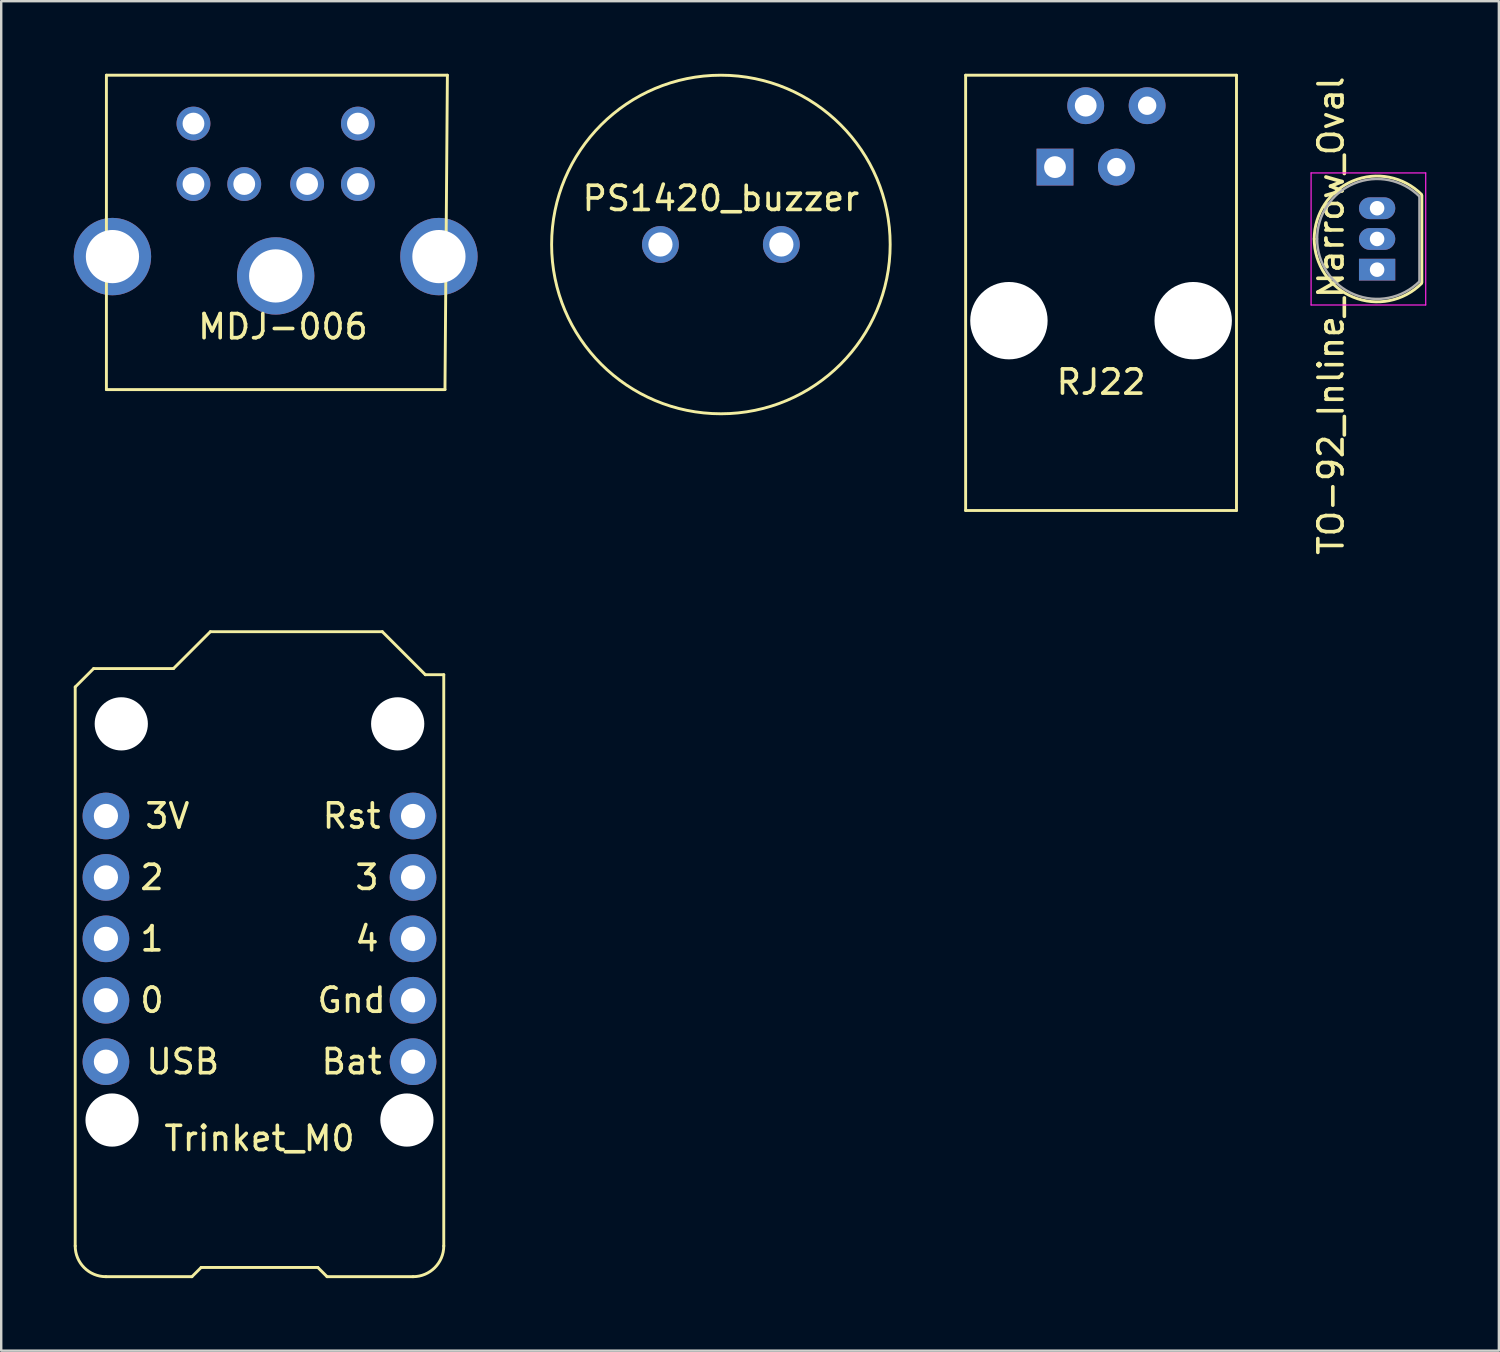
<source format=kicad_pcb>
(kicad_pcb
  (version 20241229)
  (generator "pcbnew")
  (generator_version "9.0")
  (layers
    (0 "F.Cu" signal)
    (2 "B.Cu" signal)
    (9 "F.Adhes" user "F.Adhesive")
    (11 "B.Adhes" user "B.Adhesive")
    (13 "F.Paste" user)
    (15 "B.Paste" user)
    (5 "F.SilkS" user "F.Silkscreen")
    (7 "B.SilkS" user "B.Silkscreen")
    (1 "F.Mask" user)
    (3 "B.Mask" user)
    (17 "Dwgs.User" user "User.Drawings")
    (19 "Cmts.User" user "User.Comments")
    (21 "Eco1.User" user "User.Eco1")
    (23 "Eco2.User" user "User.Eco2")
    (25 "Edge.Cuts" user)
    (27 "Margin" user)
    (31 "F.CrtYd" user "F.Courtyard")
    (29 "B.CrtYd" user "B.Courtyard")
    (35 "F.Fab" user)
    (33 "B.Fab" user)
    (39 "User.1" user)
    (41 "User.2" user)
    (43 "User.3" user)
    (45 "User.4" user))
  (footprint "RJ22"
    (layer "F.Cu")
    (at 42.48 10.21)
    (property "Reference" "RJ22" (at 0 2.54 0) (layer "F.SilkS") (effects (font (size 1 1) (thickness 0.15))))
    (attr through_hole)
    (fp_line (start -5.6 7.85) (end -5.6 -10.15) (stroke (width 0.12) (type solid)) (layer "F.SilkS"))
    (fp_line (start -5.6 7.85) (end 5.6 7.85) (stroke (width 0.12) (type solid)) (layer "F.SilkS"))
    (fp_line (start 5.6 -10.15) (end -5.6 -10.15) (stroke (width 0.12) (type solid)) (layer "F.SilkS"))
    (fp_line (start 5.6 7.85) (end 5.6 -10.15) (stroke (width 0.12) (type solid)) (layer "F.SilkS"))
    (pad "" np_thru_hole circle (at -3.81 0) (size 3.2 3.2) (drill 3.2) (layers "*.Mask" "F.Cu"))
    (pad "" np_thru_hole circle (at 3.81 0) (size 3.2 3.2) (drill 3.2) (layers "*.Mask" "F.Cu"))
    (pad "1" thru_hole rect (at -1.905 -6.35) (size 1.524 1.524) (drill 0.9) (layers "*.Cu" "*.Mask"))
    (pad "2" thru_hole circle (at -0.635 -8.89) (size 1.524 1.524) (drill 0.9) (layers "*.Cu" "*.Mask"))
    (pad "3" thru_hole circle (at 0.635 -6.35) (size 1.524 1.524) (drill 0.762) (layers "*.Cu" "*.Mask"))
    (pad "4" thru_hole circle (at 1.905 -8.89) (size 1.524 1.524) (drill 0.762) (layers "*.Cu" "*.Mask")))
  (footprint "Trinket_M0"
    (layer "F.Cu")
    (at 7.68 37.042)
    (property "Reference" "Trinket_M0" (at 0 6.985 0) (layer "F.SilkS") (effects (font (size 1 1) (thickness 0.15))))
    (attr through_hole)
    (fp_line (start -7.62 -11.684) (end -6.858 -12.446) (stroke (width 0.12) (type solid)) (layer "F.SilkS"))
    (fp_line (start -7.62 11.43) (end -7.62 -11.684) (stroke (width 0.12) (type solid)) (layer "F.SilkS"))
    (fp_line (start -6.858 -12.446) (end -3.556 -12.446) (stroke (width 0.12) (type solid)) (layer "F.SilkS"))
    (fp_line (start -6.35 12.7) (end -2.794 12.7) (stroke (width 0.12) (type solid)) (layer "F.SilkS"))
    (fp_line (start -3.556 -12.446) (end -2.032 -13.97) (stroke (width 0.12) (type solid)) (layer "F.SilkS"))
    (fp_line (start -2.794 12.7) (end -2.412 12.319) (stroke (width 0.12) (type solid)) (layer "F.SilkS"))
    (fp_line (start -2.413 12.319) (end 2.413 12.319) (stroke (width 0.12) (type solid)) (layer "F.SilkS"))
    (fp_line (start -2.032 -13.97) (end 5.08 -13.97) (stroke (width 0.12) (type solid)) (layer "F.SilkS"))
    (fp_line (start 2.413 12.319) (end 2.794 12.7) (stroke (width 0.12) (type solid)) (layer "F.SilkS"))
    (fp_line (start 2.794 12.7) (end 6.35 12.7) (stroke (width 0.12) (type solid)) (layer "F.SilkS"))
    (fp_line (start 5.08 -13.97) (end 6.858 -12.192) (stroke (width 0.12) (type solid)) (layer "F.SilkS"))
    (fp_line (start 6.858 -12.192) (end 7.62 -12.192) (stroke (width 0.12) (type solid)) (layer "F.SilkS"))
    (fp_line (start 7.62 -12.192) (end 7.62 11.43) (stroke (width 0.12) (type solid)) (layer "F.SilkS"))
    (fp_arc (start -6.35 12.7) (mid -7.248026 12.328026) (end -7.62 11.43) (stroke (width 0.12) (type solid)) (layer "F.SilkS"))
    (fp_arc (start 7.62 11.43) (mid 7.248026 12.328026) (end 6.35 12.7) (stroke (width 0.12) (type solid)) (layer "F.SilkS"))
    (fp_text user "4" (at 4.445 -1.27 0) (layer "F.SilkS") (effects (font (size 1 1) (thickness 0.15))))
    (fp_text user "2" (at -4.445 -3.81 0) (layer "F.SilkS") (effects (font (size 1 1) (thickness 0.15))))
    (fp_text user "1" (at -4.445 -1.27 0) (layer "F.SilkS") (effects (font (size 1 1) (thickness 0.15))))
    (fp_text user "Bat" (at 3.81 3.81 0) (layer "F.SilkS") (effects (font (size 1 1) (thickness 0.15))))
    (fp_text user "Gnd" (at 3.81 1.27 0) (layer "F.SilkS") (effects (font (size 1 1) (thickness 0.15))))
    (fp_text user "3V" (at -3.81 -6.35 0) (layer "F.SilkS") (effects (font (size 1 1) (thickness 0.15))))
    (fp_text user "3" (at 4.445 -3.81 0) (layer "F.SilkS") (effects (font (size 1 1) (thickness 0.15))))
    (fp_text user "USB" (at -3.175 3.81 0) (layer "F.SilkS") (effects (font (size 1 1) (thickness 0.15))))
    (fp_text user "Rst" (at 3.81 -6.35 0) (layer "F.SilkS") (effects (font (size 1 1) (thickness 0.15))))
    (fp_text user "0" (at -4.445 1.27 0) (layer "F.SilkS") (effects (font (size 1 1) (thickness 0.15))))
    (pad "" np_thru_hole circle (at -6.096 6.223) (size 2.2 2.2) (drill 2.2) (layers "*.Mask" "F.Cu"))
    (pad "" np_thru_hole circle (at -5.715 -10.16) (size 2.2 2.2) (drill 2.2) (layers "*.Mask" "F.Cu"))
    (pad "" np_thru_hole circle (at 5.715 -10.16) (size 2.2 2.2) (drill 2.2) (layers "*.Mask" "F.Cu"))
    (pad "" np_thru_hole circle (at 6.096 6.223) (size 2.2 2.2) (drill 2.2) (layers "*.Mask" "F.Cu"))
    (pad "1" thru_hole circle (at 6.35 3.81) (size 1.93 1.93) (drill 1) (layers "*.Cu" "*.Mask"))
    (pad "2" thru_hole circle (at 6.35 1.27) (size 1.93 1.93) (drill 1) (layers "*.Cu" "*.Mask"))
    (pad "3" thru_hole circle (at 6.35 -1.27) (size 1.93 1.93) (drill 1) (layers "*.Cu" "*.Mask"))
    (pad "4" thru_hole circle (at 6.35 -3.81) (size 1.93 1.93) (drill 1) (layers "*.Cu" "*.Mask"))
    (pad "5" thru_hole circle (at 6.35 -6.35) (size 1.93 1.93) (drill 1) (layers "*.Cu" "*.Mask"))
    (pad "6" thru_hole circle (at -6.35 -6.35) (size 1.93 1.93) (drill 1) (layers "*.Cu" "*.Mask"))
    (pad "7" thru_hole circle (at -6.35 -3.81) (size 1.93 1.93) (drill 1) (layers "*.Cu" "*.Mask"))
    (pad "8" thru_hole circle (at -6.35 -1.27) (size 1.93 1.93) (drill 1) (layers "*.Cu" "*.Mask"))
    (pad "9" thru_hole circle (at -6.35 1.27) (size 1.93 1.93) (drill 1) (layers "*.Cu" "*.Mask"))
    (pad "10" thru_hole circle (at -6.35 3.81) (size 1.93 1.93) (drill 1) (layers "*.Cu" "*.Mask")))
  (footprint "MDJ-006"
    (layer "F.Cu")
    (at 8.35 13.06)
    (property "Reference" "MDJ-006" (at 0.3 -2.6 0) (layer "F.SilkS") (effects (font (size 1 1) (thickness 0.15))))
    (attr through_hole)
    (fp_line (start -7 -13) (end -7 0) (stroke (width 0.12) (type solid)) (layer "F.SilkS"))
    (fp_line (start -7 0) (end 7 0) (stroke (width 0.12) (type solid)) (layer "F.SilkS"))
    (fp_line (start 7 0) (end 7.1 -13) (stroke (width 0.12) (type solid)) (layer "F.SilkS"))
    (fp_line (start 7.1 -13) (end -7 -13) (stroke (width 0.12) (type solid)) (layer "F.SilkS"))
    (pad "1" thru_hole circle (at 1.3 -8.5) (size 1.4 1.4) (drill 0.9) (layers "*.Cu" "*.Mask"))
    (pad "2" thru_hole circle (at -1.3 -8.5) (size 1.4 1.4) (drill 0.9) (layers "*.Cu" "*.Mask"))
    (pad "3" thru_hole circle (at 3.4 -8.5) (size 1.4 1.4) (drill 0.9) (layers "*.Cu" "*.Mask"))
    (pad "4" thru_hole circle (at -3.4 -8.5) (size 1.4 1.4) (drill 0.9) (layers "*.Cu" "*.Mask"))
    (pad "5" thru_hole circle (at 3.4 -11) (size 1.4 1.4) (drill 0.9) (layers "*.Cu" "*.Mask"))
    (pad "6" thru_hole circle (at -3.4 -11) (size 1.4 1.4) (drill 0.9) (layers "*.Cu" "*.Mask"))
    (pad "SH" thru_hole circle (at -6.75 -5.5) (size 3.2 3.2) (drill 2.2) (layers "*.Cu" "*.Mask"))
    (pad "SH" thru_hole circle (at 0 -4.7) (size 3.2 3.2) (drill 2.2) (layers "*.Cu" "*.Mask"))
    (pad "SH" thru_hole circle (at 6.75 -5.5) (size 3.2 3.2) (drill 2.2) (layers "*.Cu" "*.Mask")))
  (footprint "PS1420_buzzer"
    (layer "F.Cu")
    (at 26.76 7.06 180)
    (property "Reference" "PS1420_buzzer" (at 0 1.905 180) (layer "F.SilkS") (effects (font (size 1 1) (thickness 0.15))))
    (attr through_hole)
    (fp_circle (center 0 0) (end 7 0) (stroke (width 0.12) (type solid)) (fill no) (layer "F.SilkS"))
    (pad "1" thru_hole circle (at 2.5 0 180) (size 1.524 1.524) (drill 1) (layers "*.Cu" "*.Mask"))
    (pad "2" thru_hole circle (at -2.5 0 180) (size 1.524 1.524) (drill 1) (layers "*.Cu" "*.Mask")))
  (footprint "TO-92_Inline_Narrow_Oval"
    (layer "F.Cu")
    (at 53.895 8.101 90)
    (property "Reference" "TO-92_Inline_Narrow_Oval" (at -1.905 -1.905 90) (layer "F.SilkS") (effects (font (size 1 1) (thickness 0.15))))
    (attr through_hole)
    (fp_line (start -0.53 1.85) (end 3.07 1.85) (stroke (width 0.12) (type solid)) (layer "F.SilkS"))
    (fp_arc (start 1.27 -2.6) (mid 3.672087 -0.994977) (end 3.108478 1.838478) (stroke (width 0.12) (type solid)) (layer "F.SilkS"))
    (fp_arc (start -0.568478 1.838478) (mid -1.132087 -0.994977) (end 1.27 -2.6) (stroke (width 0.12) (type solid)) (layer "F.SilkS"))
    (fp_line (start -1.46 -2.73) (end 4 -2.73) (stroke (width 0.05) (type solid)) (layer "F.CrtYd"))
    (fp_line (start -1.46 -2.73) (end -1.46 2.01) (stroke (width 0.05) (type solid)) (layer "F.CrtYd"))
    (fp_line (start 4 2.01) (end 4 -2.73) (stroke (width 0.05) (type solid)) (layer "F.CrtYd"))
    (fp_line (start 4 2.01) (end -1.46 2.01) (stroke (width 0.05) (type solid)) (layer "F.CrtYd"))
    (fp_line (start -0.5 1.75) (end 3 1.75) (stroke (width 0.1) (type solid)) (layer "F.Fab"))
    (fp_arc (start 1.27 -2.48) (mid 3.561221 -0.949055) (end 3.023625 1.753625) (stroke (width 0.1) (type solid)) (layer "F.Fab"))
    (fp_arc (start -0.483625 1.753625) (mid -1.021221 -0.949055) (end 1.27 -2.48) (stroke (width 0.1) (type solid)) (layer "F.Fab"))
    (pad "1" thru_hole rect (at 0 0 270) (size 0.9 1.5) (drill 0.6) (layers "*.Cu" "*.Mask"))
    (pad "2" thru_hole oval (at 1.27 0 270) (size 0.9 1.5) (drill 0.6) (layers "*.Cu" "*.Mask"))
    (pad "3" thru_hole oval (at 2.54 0 270) (size 0.9 1.5) (drill 0.6) (layers "*.Cu" "*.Mask")))
  (gr_rect
    (start -3 -3)
    (end 58.93 52.802)
    (stroke (width 0.1) (type default))
    (fill no)
    (layer "Edge.Cuts")))
</source>
